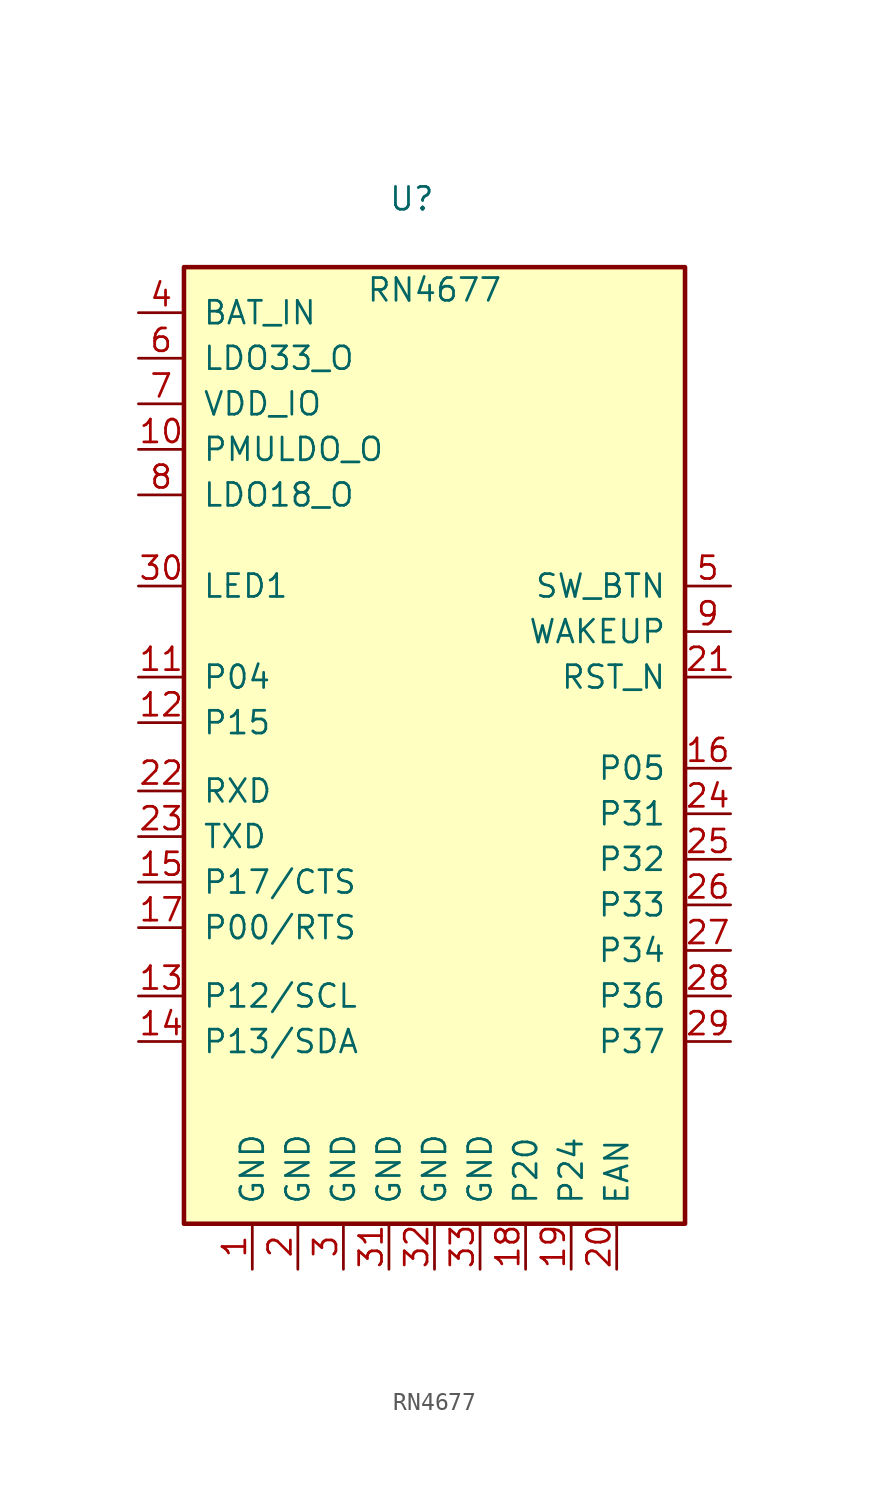
<source format=kicad_sym>
(kicad_symbol_lib
  (version 20220914)
  (generator kicad_symbol_editor)
  (symbol "RN4677"
    (pin_names
      (offset 1.016))
    (property "Reference" "U"
      (at -2.54 24.13 0)
      (effects (font (size 1.27 1.27))))
    (property "Value" "RN4677"
      (at -1.27 19.05 0)
      (effects (font (size 1.27 1.27))))
    (symbol "RN4677_0_1"
      (rectangle (start -15.24 20.32) (end 12.7 -33.02) (stroke (width 0.254) (type default)) (fill (type background))))
    (symbol "RN4677_1_1"
      (pin power_in line (at -11.43 -35.56 90) (length 2.54) (name "GND" (effects (font (size 1.27 1.27)))) (number "1" (effects (font (size 1.27 1.27)))))
      (pin power_out line (at -17.78 10.16 0) (length 2.54) (name "PMULDO_O" (effects (font (size 1.27 1.27)))) (number "10" (effects (font (size 1.27 1.27)))))
      (pin output line (at -17.78 -2.54 0) (length 2.54) (name "P04" (effects (font (size 1.27 1.27)))) (number "11" (effects (font (size 1.27 1.27)))))
      (pin output line (at -17.78 -5.08 0) (length 2.54) (name "P15" (effects (font (size 1.27 1.27)))) (number "12" (effects (font (size 1.27 1.27)))))
      (pin output line (at -17.78 -20.32 0) (length 2.54) (name "P12/SCL" (effects (font (size 1.27 1.27)))) (number "13" (effects (font (size 1.27 1.27)))))
      (pin output line (at -17.78 -22.86 0) (length 2.54) (name "P13/SDA" (effects (font (size 1.27 1.27)))) (number "14" (effects (font (size 1.27 1.27)))))
      (pin bidirectional line (at -17.78 -13.97 0) (length 2.54) (name "P17/CTS" (effects (font (size 1.27 1.27)))) (number "15" (effects (font (size 1.27 1.27)))))
      (pin bidirectional line (at 15.24 -7.62 180) (length 2.54) (name "P05" (effects (font (size 1.27 1.27)))) (number "16" (effects (font (size 1.27 1.27)))))
      (pin bidirectional line (at -17.78 -16.51 0) (length 2.54) (name "P00/RTS" (effects (font (size 1.27 1.27)))) (number "17" (effects (font (size 1.27 1.27)))))
      (pin input line (at 3.81 -35.56 90) (length 2.54) (name "P20" (effects (font (size 1.27 1.27)))) (number "18" (effects (font (size 1.27 1.27)))))
      (pin input line (at 6.35 -35.56 90) (length 2.54) (name "P24" (effects (font (size 1.27 1.27)))) (number "19" (effects (font (size 1.27 1.27)))))
      (pin power_in line (at -8.89 -35.56 90) (length 2.54) (name "GND" (effects (font (size 1.27 1.27)))) (number "2" (effects (font (size 1.27 1.27)))))
      (pin input line (at 8.89 -35.56 90) (length 2.54) (name "EAN" (effects (font (size 1.27 1.27)))) (number "20" (effects (font (size 1.27 1.27)))))
      (pin input line (at 15.24 -2.54 180) (length 2.54) (name "RST_N" (effects (font (size 1.27 1.27)))) (number "21" (effects (font (size 1.27 1.27)))))
      (pin input line (at -17.78 -8.89 0) (length 2.54) (name "RXD" (effects (font (size 1.27 1.27)))) (number "22" (effects (font (size 1.27 1.27)))))
      (pin output line (at -17.78 -11.43 0) (length 2.54) (name "TXD" (effects (font (size 1.27 1.27)))) (number "23" (effects (font (size 1.27 1.27)))))
      (pin bidirectional line (at 15.24 -10.16 180) (length 2.54) (name "P31" (effects (font (size 1.27 1.27)))) (number "24" (effects (font (size 1.27 1.27)))))
      (pin bidirectional line (at 15.24 -12.7 180) (length 2.54) (name "P32" (effects (font (size 1.27 1.27)))) (number "25" (effects (font (size 1.27 1.27)))))
      (pin bidirectional line (at 15.24 -15.24 180) (length 2.54) (name "P33" (effects (font (size 1.27 1.27)))) (number "26" (effects (font (size 1.27 1.27)))))
      (pin bidirectional line (at 15.24 -17.78 180) (length 2.54) (name "P34" (effects (font (size 1.27 1.27)))) (number "27" (effects (font (size 1.27 1.27)))))
      (pin bidirectional line (at 15.24 -20.32 180) (length 2.54) (name "P36" (effects (font (size 1.27 1.27)))) (number "28" (effects (font (size 1.27 1.27)))))
      (pin bidirectional line (at 15.24 -22.86 180) (length 2.54) (name "P37" (effects (font (size 1.27 1.27)))) (number "29" (effects (font (size 1.27 1.27)))))
      (pin power_in line (at -6.35 -35.56 90) (length 2.54) (name "GND" (effects (font (size 1.27 1.27)))) (number "3" (effects (font (size 1.27 1.27)))))
      (pin output line (at -17.78 2.54 0) (length 2.54) (name "LED1" (effects (font (size 1.27 1.27)))) (number "30" (effects (font (size 1.27 1.27)))))
      (pin power_in line (at -3.81 -35.56 90) (length 2.54) (name "GND" (effects (font (size 1.27 1.27)))) (number "31" (effects (font (size 1.27 1.27)))))
      (pin power_in line (at -1.27 -35.56 90) (length 2.54) (name "GND" (effects (font (size 1.27 1.27)))) (number "32" (effects (font (size 1.27 1.27)))))
      (pin power_in line (at 1.27 -35.56 90) (length 2.54) (name "GND" (effects (font (size 1.27 1.27)))) (number "33" (effects (font (size 1.27 1.27)))))
      (pin power_in line (at -17.78 17.78 0) (length 2.54) (name "BAT_IN" (effects (font (size 1.27 1.27)))) (number "4" (effects (font (size 1.27 1.27)))))
      (pin input line (at 15.24 2.54 180) (length 2.54) (name "SW_BTN" (effects (font (size 1.27 1.27)))) (number "5" (effects (font (size 1.27 1.27)))))
      (pin power_out line (at -17.78 15.24 0) (length 2.54) (name "LDO33_O" (effects (font (size 1.27 1.27)))) (number "6" (effects (font (size 1.27 1.27)))))
      (pin power_in line (at -17.78 12.7 0) (length 2.54) (name "VDD_IO" (effects (font (size 1.27 1.27)))) (number "7" (effects (font (size 1.27 1.27)))))
      (pin power_out line (at -17.78 7.62 0) (length 2.54) (name "LDO18_O" (effects (font (size 1.27 1.27)))) (number "8" (effects (font (size 1.27 1.27)))))
      (pin input line (at 15.24 0 180) (length 2.54) (name "WAKEUP" (effects (font (size 1.27 1.27)))) (number "9" (effects (font (size 1.27 1.27))))))))
</source>
